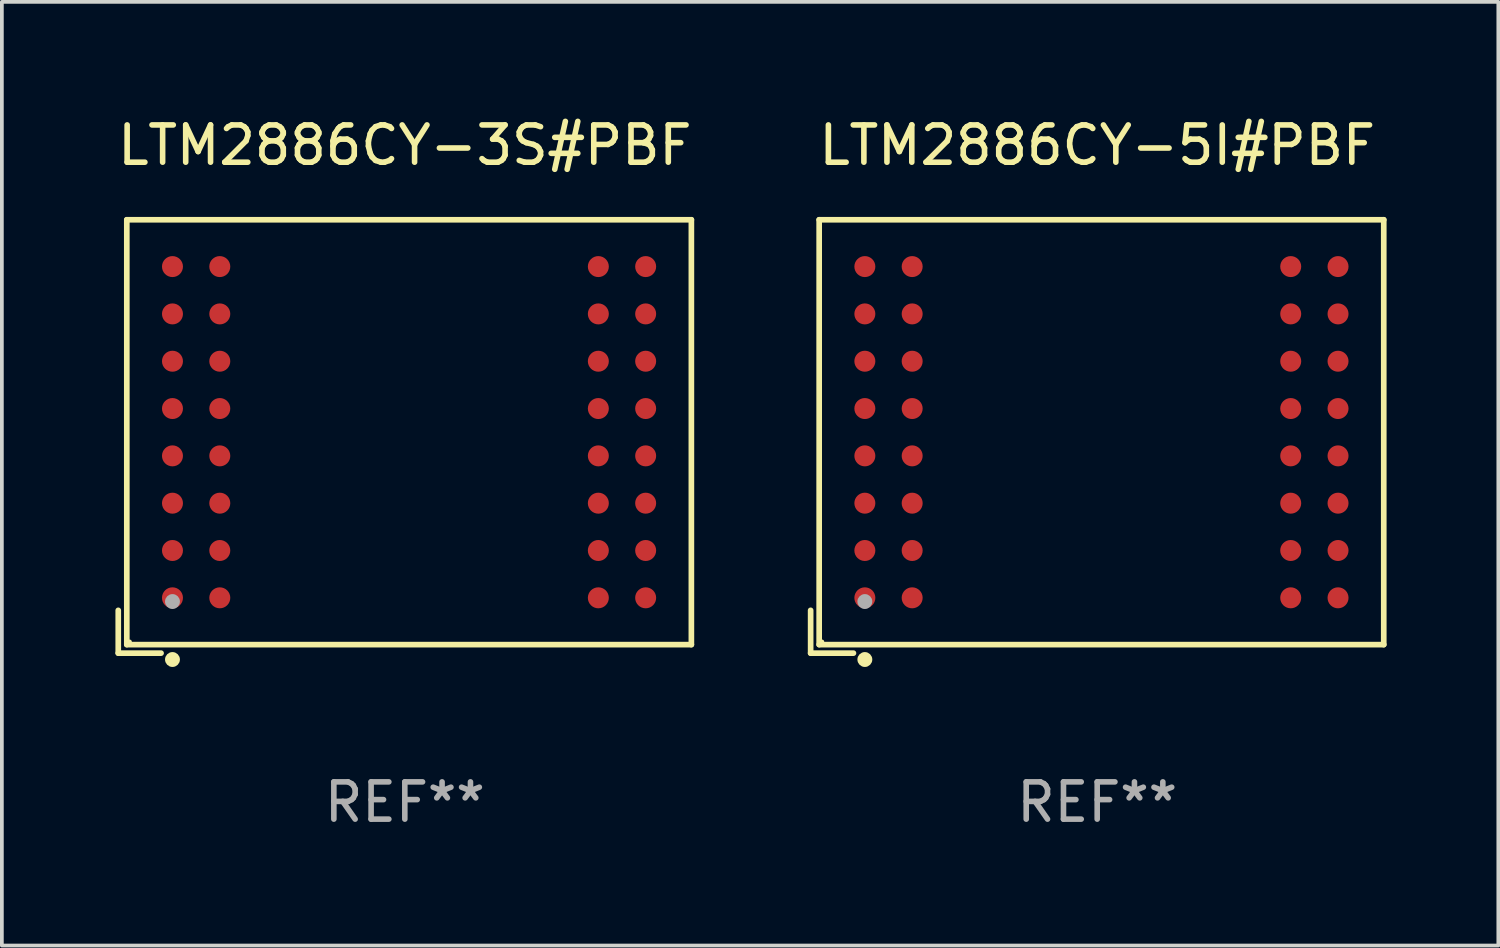
<source format=kicad_pcb>
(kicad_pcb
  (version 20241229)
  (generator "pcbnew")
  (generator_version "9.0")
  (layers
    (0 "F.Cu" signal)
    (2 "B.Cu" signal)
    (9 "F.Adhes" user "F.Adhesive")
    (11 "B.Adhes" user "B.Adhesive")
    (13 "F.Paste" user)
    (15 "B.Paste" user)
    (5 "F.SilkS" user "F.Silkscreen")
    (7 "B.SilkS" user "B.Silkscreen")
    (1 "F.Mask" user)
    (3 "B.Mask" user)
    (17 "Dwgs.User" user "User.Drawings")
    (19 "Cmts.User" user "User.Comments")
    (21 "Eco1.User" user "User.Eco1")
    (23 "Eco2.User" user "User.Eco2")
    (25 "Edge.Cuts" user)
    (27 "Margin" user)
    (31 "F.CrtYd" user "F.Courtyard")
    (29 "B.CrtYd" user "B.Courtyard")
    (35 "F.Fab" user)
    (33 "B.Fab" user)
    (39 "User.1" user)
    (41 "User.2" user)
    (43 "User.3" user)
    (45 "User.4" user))
  (footprint "LTM2886CY-5I#PBF"
    (layer "F.Cu")
    (at 26.398 8.664)
    (property "Reference" "LTM2886CY-5I#PBF" (at 0 -7.816 0) (layer "F.SilkS") (effects (font (size 1 1) (thickness 0.15))))
    (attr through_hole)
    (fp_line (start -7.691 4.667) (end -7.691 5.816) (stroke (width 0.152) (type solid)) (layer "F.SilkS"))
    (fp_line (start -7.691 5.816) (end -6.542 5.816) (stroke (width 0.152) (type solid)) (layer "F.SilkS"))
    (fp_line (start -7.462 -5.816) (end 7.691 -5.816) (stroke (width 0.152) (type solid)) (layer "F.SilkS"))
    (fp_line (start -7.462 5.587) (end -7.462 -5.816) (stroke (width 0.152) (type solid)) (layer "F.SilkS"))
    (fp_line (start 7.691 -5.816) (end 7.691 5.587) (stroke (width 0.152) (type solid)) (layer "F.SilkS"))
    (fp_line (start 7.691 5.587) (end -7.462 5.587) (stroke (width 0.152) (type solid)) (layer "F.SilkS"))
    (fp_circle (center -7.386 5.511) (end -7.356 5.511) (stroke (width 0.06) (type solid)) (fill no) (layer "F.SilkS"))
    (fp_circle (center -6.236 5.987) (end -6.136 5.987) (stroke (width 0.2) (type solid)) (fill no) (layer "F.SilkS"))
    (fp_circle (center -6.236 4.431) (end -6.136 4.431) (stroke (width 0.2) (type solid)) (fill no) (layer "F.Fab"))
    (fp_text user "REF**" (at 0 9.816 0) (layer "F.Fab") (effects (font (size 1 1) (thickness 0.15))))
    (pad "A1" smd circle (at -6.236 4.331) (size 0.563 0.563) (layers "F.Cu" "F.Mask" "F.Paste"))
    (pad "A2" smd circle (at -6.236 3.061) (size 0.563 0.563) (layers "F.Cu" "F.Mask" "F.Paste"))
    (pad "A3" smd circle (at -6.236 1.791) (size 0.563 0.563) (layers "F.Cu" "F.Mask" "F.Paste"))
    (pad "A4" smd circle (at -6.236 0.521) (size 0.563 0.563) (layers "F.Cu" "F.Mask" "F.Paste"))
    (pad "A5" smd circle (at -6.236 -0.749) (size 0.563 0.563) (layers "F.Cu" "F.Mask" "F.Paste"))
    (pad "A6" smd circle (at -6.236 -2.019) (size 0.563 0.563) (layers "F.Cu" "F.Mask" "F.Paste"))
    (pad "A7" smd circle (at -6.236 -3.289) (size 0.563 0.563) (layers "F.Cu" "F.Mask" "F.Paste"))
    (pad "A8" smd circle (at -6.236 -4.559) (size 0.563 0.563) (layers "F.Cu" "F.Mask" "F.Paste"))
    (pad "B1" smd circle (at -4.966 4.331) (size 0.563 0.563) (layers "F.Cu" "F.Mask" "F.Paste"))
    (pad "B2" smd circle (at -4.966 3.061) (size 0.563 0.563) (layers "F.Cu" "F.Mask" "F.Paste"))
    (pad "B3" smd circle (at -4.966 1.791) (size 0.563 0.563) (layers "F.Cu" "F.Mask" "F.Paste"))
    (pad "B4" smd circle (at -4.966 0.521) (size 0.563 0.563) (layers "F.Cu" "F.Mask" "F.Paste"))
    (pad "B5" smd circle (at -4.966 -0.749) (size 0.563 0.563) (layers "F.Cu" "F.Mask" "F.Paste"))
    (pad "B6" smd circle (at -4.966 -2.019) (size 0.563 0.563) (layers "F.Cu" "F.Mask" "F.Paste"))
    (pad "B7" smd circle (at -4.966 -3.289) (size 0.563 0.563) (layers "F.Cu" "F.Mask" "F.Paste"))
    (pad "B8" smd circle (at -4.966 -4.559) (size 0.563 0.563) (layers "F.Cu" "F.Mask" "F.Paste"))
    (pad "K1" smd circle (at 5.194 4.331) (size 0.563 0.563) (layers "F.Cu" "F.Mask" "F.Paste"))
    (pad "K2" smd circle (at 5.194 3.061) (size 0.563 0.563) (layers "F.Cu" "F.Mask" "F.Paste"))
    (pad "K3" smd circle (at 5.194 1.791) (size 0.563 0.563) (layers "F.Cu" "F.Mask" "F.Paste"))
    (pad "K4" smd circle (at 5.194 0.521) (size 0.563 0.563) (layers "F.Cu" "F.Mask" "F.Paste"))
    (pad "K5" smd circle (at 5.194 -0.749) (size 0.563 0.563) (layers "F.Cu" "F.Mask" "F.Paste"))
    (pad "K6" smd circle (at 5.194 -2.019) (size 0.563 0.563) (layers "F.Cu" "F.Mask" "F.Paste"))
    (pad "K7" smd circle (at 5.194 -3.289) (size 0.563 0.563) (layers "F.Cu" "F.Mask" "F.Paste"))
    (pad "K8" smd circle (at 5.194 -4.559) (size 0.563 0.563) (layers "F.Cu" "F.Mask" "F.Paste"))
    (pad "L1" smd circle (at 6.464 4.331) (size 0.563 0.563) (layers "F.Cu" "F.Mask" "F.Paste"))
    (pad "L2" smd circle (at 6.464 3.061) (size 0.563 0.563) (layers "F.Cu" "F.Mask" "F.Paste"))
    (pad "L3" smd circle (at 6.464 1.791) (size 0.563 0.563) (layers "F.Cu" "F.Mask" "F.Paste"))
    (pad "L4" smd circle (at 6.464 0.521) (size 0.563 0.563) (layers "F.Cu" "F.Mask" "F.Paste"))
    (pad "L5" smd circle (at 6.464 -0.749) (size 0.563 0.563) (layers "F.Cu" "F.Mask" "F.Paste"))
    (pad "L6" smd circle (at 6.464 -2.019) (size 0.563 0.563) (layers "F.Cu" "F.Mask" "F.Paste"))
    (pad "L7" smd circle (at 6.464 -3.289) (size 0.563 0.563) (layers "F.Cu" "F.Mask" "F.Paste"))
    (pad "L8" smd circle (at 6.464 -4.559) (size 0.563 0.563) (layers "F.Cu" "F.Mask" "F.Paste")))
  (footprint "LTM2886CY-3S#PBF"
    (layer "F.Cu")
    (at 7.815 8.664)
    (property "Reference" "LTM2886CY-3S#PBF" (at 0 -7.816 0) (layer "F.SilkS") (effects (font (size 1 1) (thickness 0.15))))
    (attr through_hole)
    (fp_line (start -7.691 4.667) (end -7.691 5.816) (stroke (width 0.152) (type solid)) (layer "F.SilkS"))
    (fp_line (start -7.691 5.816) (end -6.542 5.816) (stroke (width 0.152) (type solid)) (layer "F.SilkS"))
    (fp_line (start -7.462 -5.816) (end 7.691 -5.816) (stroke (width 0.152) (type solid)) (layer "F.SilkS"))
    (fp_line (start -7.462 5.587) (end -7.462 -5.816) (stroke (width 0.152) (type solid)) (layer "F.SilkS"))
    (fp_line (start 7.691 -5.816) (end 7.691 5.587) (stroke (width 0.152) (type solid)) (layer "F.SilkS"))
    (fp_line (start 7.691 5.587) (end -7.462 5.587) (stroke (width 0.152) (type solid)) (layer "F.SilkS"))
    (fp_circle (center -7.386 5.511) (end -7.356 5.511) (stroke (width 0.06) (type solid)) (fill no) (layer "F.SilkS"))
    (fp_circle (center -6.236 5.987) (end -6.136 5.987) (stroke (width 0.2) (type solid)) (fill no) (layer "F.SilkS"))
    (fp_circle (center -6.236 4.431) (end -6.136 4.431) (stroke (width 0.2) (type solid)) (fill no) (layer "F.Fab"))
    (fp_text user "REF**" (at 0 9.816 0) (layer "F.Fab") (effects (font (size 1 1) (thickness 0.15))))
    (pad "A1" smd circle (at -6.236 4.331) (size 0.563 0.563) (layers "F.Cu" "F.Mask" "F.Paste"))
    (pad "A2" smd circle (at -6.236 3.061) (size 0.563 0.563) (layers "F.Cu" "F.Mask" "F.Paste"))
    (pad "A3" smd circle (at -6.236 1.791) (size 0.563 0.563) (layers "F.Cu" "F.Mask" "F.Paste"))
    (pad "A4" smd circle (at -6.236 0.521) (size 0.563 0.563) (layers "F.Cu" "F.Mask" "F.Paste"))
    (pad "A5" smd circle (at -6.236 -0.749) (size 0.563 0.563) (layers "F.Cu" "F.Mask" "F.Paste"))
    (pad "A6" smd circle (at -6.236 -2.019) (size 0.563 0.563) (layers "F.Cu" "F.Mask" "F.Paste"))
    (pad "A7" smd circle (at -6.236 -3.289) (size 0.563 0.563) (layers "F.Cu" "F.Mask" "F.Paste"))
    (pad "A8" smd circle (at -6.236 -4.559) (size 0.563 0.563) (layers "F.Cu" "F.Mask" "F.Paste"))
    (pad "B1" smd circle (at -4.966 4.331) (size 0.563 0.563) (layers "F.Cu" "F.Mask" "F.Paste"))
    (pad "B2" smd circle (at -4.966 3.061) (size 0.563 0.563) (layers "F.Cu" "F.Mask" "F.Paste"))
    (pad "B3" smd circle (at -4.966 1.791) (size 0.563 0.563) (layers "F.Cu" "F.Mask" "F.Paste"))
    (pad "B4" smd circle (at -4.966 0.521) (size 0.563 0.563) (layers "F.Cu" "F.Mask" "F.Paste"))
    (pad "B5" smd circle (at -4.966 -0.749) (size 0.563 0.563) (layers "F.Cu" "F.Mask" "F.Paste"))
    (pad "B6" smd circle (at -4.966 -2.019) (size 0.563 0.563) (layers "F.Cu" "F.Mask" "F.Paste"))
    (pad "B7" smd circle (at -4.966 -3.289) (size 0.563 0.563) (layers "F.Cu" "F.Mask" "F.Paste"))
    (pad "B8" smd circle (at -4.966 -4.559) (size 0.563 0.563) (layers "F.Cu" "F.Mask" "F.Paste"))
    (pad "K1" smd circle (at 5.194 4.331) (size 0.563 0.563) (layers "F.Cu" "F.Mask" "F.Paste"))
    (pad "K2" smd circle (at 5.194 3.061) (size 0.563 0.563) (layers "F.Cu" "F.Mask" "F.Paste"))
    (pad "K3" smd circle (at 5.194 1.791) (size 0.563 0.563) (layers "F.Cu" "F.Mask" "F.Paste"))
    (pad "K4" smd circle (at 5.194 0.521) (size 0.563 0.563) (layers "F.Cu" "F.Mask" "F.Paste"))
    (pad "K5" smd circle (at 5.194 -0.749) (size 0.563 0.563) (layers "F.Cu" "F.Mask" "F.Paste"))
    (pad "K6" smd circle (at 5.194 -2.019) (size 0.563 0.563) (layers "F.Cu" "F.Mask" "F.Paste"))
    (pad "K7" smd circle (at 5.194 -3.289) (size 0.563 0.563) (layers "F.Cu" "F.Mask" "F.Paste"))
    (pad "K8" smd circle (at 5.194 -4.559) (size 0.563 0.563) (layers "F.Cu" "F.Mask" "F.Paste"))
    (pad "L1" smd circle (at 6.464 4.331) (size 0.563 0.563) (layers "F.Cu" "F.Mask" "F.Paste"))
    (pad "L2" smd circle (at 6.464 3.061) (size 0.563 0.563) (layers "F.Cu" "F.Mask" "F.Paste"))
    (pad "L3" smd circle (at 6.464 1.791) (size 0.563 0.563) (layers "F.Cu" "F.Mask" "F.Paste"))
    (pad "L4" smd circle (at 6.464 0.521) (size 0.563 0.563) (layers "F.Cu" "F.Mask" "F.Paste"))
    (pad "L5" smd circle (at 6.464 -0.749) (size 0.563 0.563) (layers "F.Cu" "F.Mask" "F.Paste"))
    (pad "L6" smd circle (at 6.464 -2.019) (size 0.563 0.563) (layers "F.Cu" "F.Mask" "F.Paste"))
    (pad "L7" smd circle (at 6.464 -3.289) (size 0.563 0.563) (layers "F.Cu" "F.Mask" "F.Paste"))
    (pad "L8" smd circle (at 6.464 -4.559) (size 0.563 0.563) (layers "F.Cu" "F.Mask" "F.Paste")))
  (gr_rect
    (start -3 -3)
    (end 37.164 22.328)
    (stroke (width 0.1) (type default))
    (fill no)
    (layer "Edge.Cuts")))
</source>
